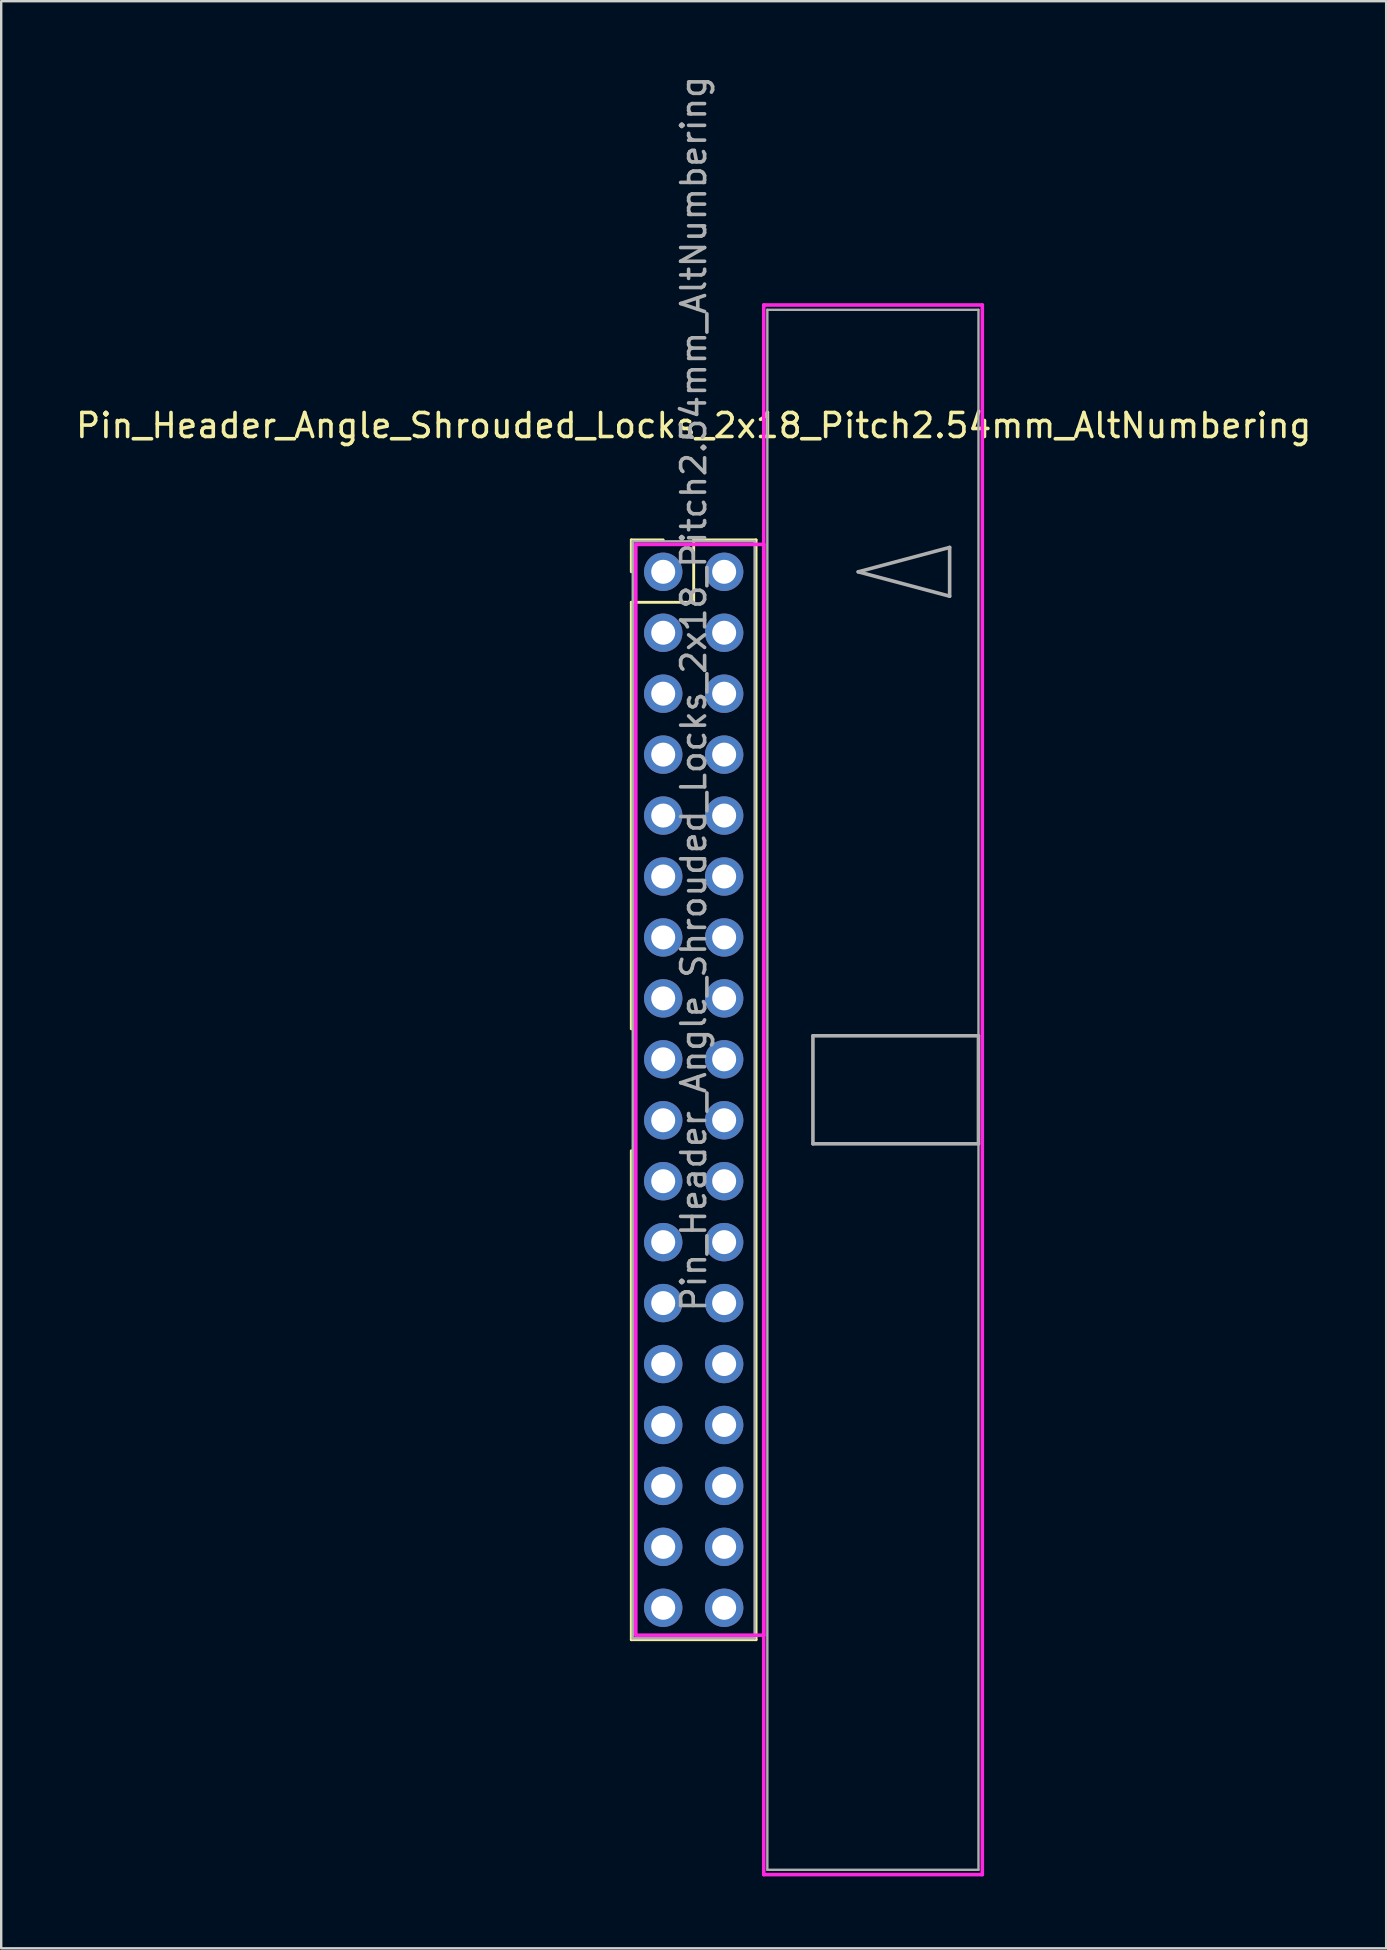
<source format=kicad_pcb>
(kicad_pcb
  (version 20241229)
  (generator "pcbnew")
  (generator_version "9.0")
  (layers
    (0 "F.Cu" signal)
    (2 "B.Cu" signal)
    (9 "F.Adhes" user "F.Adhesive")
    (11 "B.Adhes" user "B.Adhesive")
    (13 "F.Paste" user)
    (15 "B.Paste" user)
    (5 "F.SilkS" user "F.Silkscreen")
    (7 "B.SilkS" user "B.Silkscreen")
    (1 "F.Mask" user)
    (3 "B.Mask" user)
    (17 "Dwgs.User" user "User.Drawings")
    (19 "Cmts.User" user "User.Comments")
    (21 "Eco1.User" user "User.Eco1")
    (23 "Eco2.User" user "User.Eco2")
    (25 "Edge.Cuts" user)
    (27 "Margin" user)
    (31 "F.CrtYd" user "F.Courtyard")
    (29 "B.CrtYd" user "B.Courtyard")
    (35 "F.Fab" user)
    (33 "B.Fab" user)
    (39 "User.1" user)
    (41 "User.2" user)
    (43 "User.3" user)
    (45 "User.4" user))
  (footprint "Pin_Header_Angle_Shrouded_Locks_2x18_Pitch2.54mm_AltNumbering"
    (layer "F.Cu")
    (at 24.593 20.783)
    (property "Reference" "Pin_Header_Angle_Shrouded_Locks_2x18_Pitch2.54mm_AltNumbering" (at 1.27 -6.096 0) (layer "F.SilkS") (effects (font (size 1 1) (thickness 0.15))))
    (attr through_hole)
    (fp_line (start -1.33 -1.33) (end 0 -1.33) (stroke (width 0.12) (type solid)) (layer "F.SilkS"))
    (fp_line (start -1.33 0) (end -1.33 -1.33) (stroke (width 0.12) (type solid)) (layer "F.SilkS"))
    (fp_line (start -1.33 1.27) (end -1.33 19.05) (stroke (width 0.12) (type solid)) (layer "F.SilkS"))
    (fp_line (start -1.33 1.27) (end 1.27 1.27) (stroke (width 0.12) (type solid)) (layer "F.SilkS"))
    (fp_line (start -1.33 24.13) (end -1.33 44.51) (stroke (width 0.12) (type solid)) (layer "F.SilkS"))
    (fp_line (start -1.33 44.51) (end 3.87 44.51) (stroke (width 0.12) (type solid)) (layer "F.SilkS"))
    (fp_line (start 1.27 -1.33) (end 3.87 -1.33) (stroke (width 0.12) (type solid)) (layer "F.SilkS"))
    (fp_line (start 1.27 1.27) (end 1.27 -1.33) (stroke (width 0.12) (type solid)) (layer "F.SilkS"))
    (fp_line (start 3.87 -1.33) (end 3.87 44.51) (stroke (width 0.12) (type solid)) (layer "F.SilkS"))
    (fp_line (start -1.143 -1.143) (end -1.143 44.323) (stroke (width 0.15) (type solid)) (layer "F.CrtYd"))
    (fp_line (start -1.143 44.323) (end 4.19 44.323) (stroke (width 0.15) (type solid)) (layer "F.CrtYd"))
    (fp_line (start 4.19 -11.12) (end 4.19 54.3) (stroke (width 0.15) (type solid)) (layer "F.CrtYd"))
    (fp_line (start 4.19 -1.143) (end -1.143 -1.143) (stroke (width 0.15) (type solid)) (layer "F.CrtYd"))
    (fp_line (start 4.19 44.323) (end 4.19 -1.143) (stroke (width 0.15) (type solid)) (layer "F.CrtYd"))
    (fp_line (start 4.19 54.3) (end 13.3 54.3) (stroke (width 0.15) (type solid)) (layer "F.CrtYd"))
    (fp_line (start 13.3 -11.12) (end 4.19 -11.12) (stroke (width 0.15) (type solid)) (layer "F.CrtYd"))
    (fp_line (start 13.3 54.3) (end 13.3 -11.12) (stroke (width 0.15) (type solid)) (layer "F.CrtYd"))
    (fp_line (start -1.27 -1.27) (end -1.27 44.45) (stroke (width 0.1) (type solid)) (layer "F.Fab"))
    (fp_line (start -1.27 44.45) (end 3.81 44.45) (stroke (width 0.1) (type solid)) (layer "F.Fab"))
    (fp_line (start 3.81 -1.27) (end -1.27 -1.27) (stroke (width 0.1) (type solid)) (layer "F.Fab"))
    (fp_line (start 3.81 44.45) (end 3.81 -1.27) (stroke (width 0.1) (type solid)) (layer "F.Fab"))
    (fp_line (start 4.34 -10.92) (end 4.34 54.1) (stroke (width 0.1) (type solid)) (layer "F.Fab"))
    (fp_line (start 4.34 54.1) (end 13.14 54.1) (stroke (width 0.1) (type solid)) (layer "F.Fab"))
    (fp_line (start 6.24 19.34) (end 6.24 23.84) (stroke (width 0.15) (type solid)) (layer "F.Fab"))
    (fp_line (start 6.24 23.84) (end 13.14 23.84) (stroke (width 0.15) (type solid)) (layer "F.Fab"))
    (fp_line (start 8.128 0) (end 11.938 -1.016) (stroke (width 0.15) (type solid)) (layer "F.Fab"))
    (fp_line (start 11.938 -1.016) (end 11.938 1.016) (stroke (width 0.15) (type solid)) (layer "F.Fab"))
    (fp_line (start 11.938 1.016) (end 8.128 0) (stroke (width 0.15) (type solid)) (layer "F.Fab"))
    (fp_line (start 13.14 -10.92) (end 4.34 -10.92) (stroke (width 0.1) (type solid)) (layer "F.Fab"))
    (fp_line (start 13.14 19.34) (end 6.24 19.34) (stroke (width 0.15) (type solid)) (layer "F.Fab"))
    (fp_line (start 13.14 23.84) (end 13.14 19.34) (stroke (width 0.15) (type solid)) (layer "F.Fab"))
    (fp_line (start 13.14 54.1) (end 13.14 -10.92) (stroke (width 0.1) (type solid)) (layer "F.Fab"))
    (fp_text user "${REFERENCE}" (at 1.27 5.08 90) (layer "F.Fab") (effects (font (size 1 1) (thickness 0.15))))
    (pad "1" thru_hole oval (at 0 0) (size 1.6 1.6) (drill 1) (layers "*.Cu" "*.Mask"))
    (pad "2" thru_hole oval (at 0 2.54) (size 1.6 1.6) (drill 1) (layers "*.Cu" "*.Mask"))
    (pad "3" thru_hole oval (at 0 5.08) (size 1.6 1.6) (drill 1) (layers "*.Cu" "*.Mask"))
    (pad "4" thru_hole oval (at 0 7.62) (size 1.6 1.6) (drill 1) (layers "*.Cu" "*.Mask"))
    (pad "5" thru_hole oval (at 0 10.16) (size 1.6 1.6) (drill 1) (layers "*.Cu" "*.Mask"))
    (pad "6" thru_hole oval (at 0 12.7) (size 1.6 1.6) (drill 1) (layers "*.Cu" "*.Mask"))
    (pad "7" thru_hole oval (at 0 15.24) (size 1.6 1.6) (drill 1) (layers "*.Cu" "*.Mask"))
    (pad "8" thru_hole oval (at 0 17.78) (size 1.6 1.6) (drill 1) (layers "*.Cu" "*.Mask"))
    (pad "9" thru_hole oval (at 0 20.32) (size 1.6 1.6) (drill 1) (layers "*.Cu" "*.Mask"))
    (pad "10" thru_hole oval (at 0 22.86) (size 1.6 1.6) (drill 1) (layers "*.Cu" "*.Mask"))
    (pad "11" thru_hole oval (at 0 25.4) (size 1.6 1.6) (drill 1) (layers "*.Cu" "*.Mask"))
    (pad "12" thru_hole oval (at 0 27.94) (size 1.6 1.6) (drill 1) (layers "*.Cu" "*.Mask"))
    (pad "13" thru_hole oval (at 0 30.48) (size 1.6 1.6) (drill 1) (layers "*.Cu" "*.Mask"))
    (pad "14" thru_hole oval (at 0 33.02) (size 1.6 1.6) (drill 1) (layers "*.Cu" "*.Mask"))
    (pad "15" thru_hole oval (at 0 35.56) (size 1.6 1.6) (drill 1) (layers "*.Cu" "*.Mask"))
    (pad "16" thru_hole oval (at 0 38.1) (size 1.6 1.6) (drill 1) (layers "*.Cu" "*.Mask"))
    (pad "17" thru_hole oval (at 0 40.64) (size 1.6 1.6) (drill 1) (layers "*.Cu" "*.Mask"))
    (pad "18" thru_hole oval (at 0 43.18) (size 1.6 1.6) (drill 1) (layers "*.Cu" "*.Mask"))
    (pad "19" thru_hole oval (at 2.54 0) (size 1.6 1.6) (drill 1) (layers "*.Cu" "*.Mask"))
    (pad "20" thru_hole oval (at 2.54 2.54) (size 1.6 1.6) (drill 1) (layers "*.Cu" "*.Mask"))
    (pad "21" thru_hole oval (at 2.54 5.08) (size 1.6 1.6) (drill 1) (layers "*.Cu" "*.Mask"))
    (pad "22" thru_hole oval (at 2.54 7.62) (size 1.6 1.6) (drill 1) (layers "*.Cu" "*.Mask"))
    (pad "23" thru_hole oval (at 2.54 10.16) (size 1.6 1.6) (drill 1) (layers "*.Cu" "*.Mask"))
    (pad "24" thru_hole oval (at 2.54 12.7) (size 1.6 1.6) (drill 1) (layers "*.Cu" "*.Mask"))
    (pad "25" thru_hole oval (at 2.54 15.24) (size 1.6 1.6) (drill 1) (layers "*.Cu" "*.Mask"))
    (pad "26" thru_hole oval (at 2.54 17.78) (size 1.6 1.6) (drill 1) (layers "*.Cu" "*.Mask"))
    (pad "27" thru_hole oval (at 2.54 20.32) (size 1.6 1.6) (drill 1) (layers "*.Cu" "*.Mask"))
    (pad "28" thru_hole oval (at 2.54 22.86) (size 1.6 1.6) (drill 1) (layers "*.Cu" "*.Mask"))
    (pad "29" thru_hole oval (at 2.54 25.4) (size 1.6 1.6) (drill 1) (layers "*.Cu" "*.Mask"))
    (pad "30" thru_hole oval (at 2.54 27.94) (size 1.6 1.6) (drill 1) (layers "*.Cu" "*.Mask"))
    (pad "31" thru_hole oval (at 2.54 30.48) (size 1.6 1.6) (drill 1) (layers "*.Cu" "*.Mask"))
    (pad "32" thru_hole oval (at 2.54 33.02) (size 1.6 1.6) (drill 1) (layers "*.Cu" "*.Mask"))
    (pad "33" thru_hole oval (at 2.54 35.56) (size 1.6 1.6) (drill 1) (layers "*.Cu" "*.Mask"))
    (pad "34" thru_hole oval (at 2.54 38.1) (size 1.6 1.6) (drill 1) (layers "*.Cu" "*.Mask"))
    (pad "35" thru_hole oval (at 2.54 40.64) (size 1.6 1.6) (drill 1) (layers "*.Cu" "*.Mask"))
    (pad "36" thru_hole oval (at 2.54 43.18) (size 1.6 1.6) (drill 1) (layers "*.Cu" "*.Mask")))
  (gr_rect
    (start -3 -3)
    (end 54.726 78.158)
    (stroke (width 0.1) (type default))
    (fill no)
    (layer "Edge.Cuts")))
</source>
